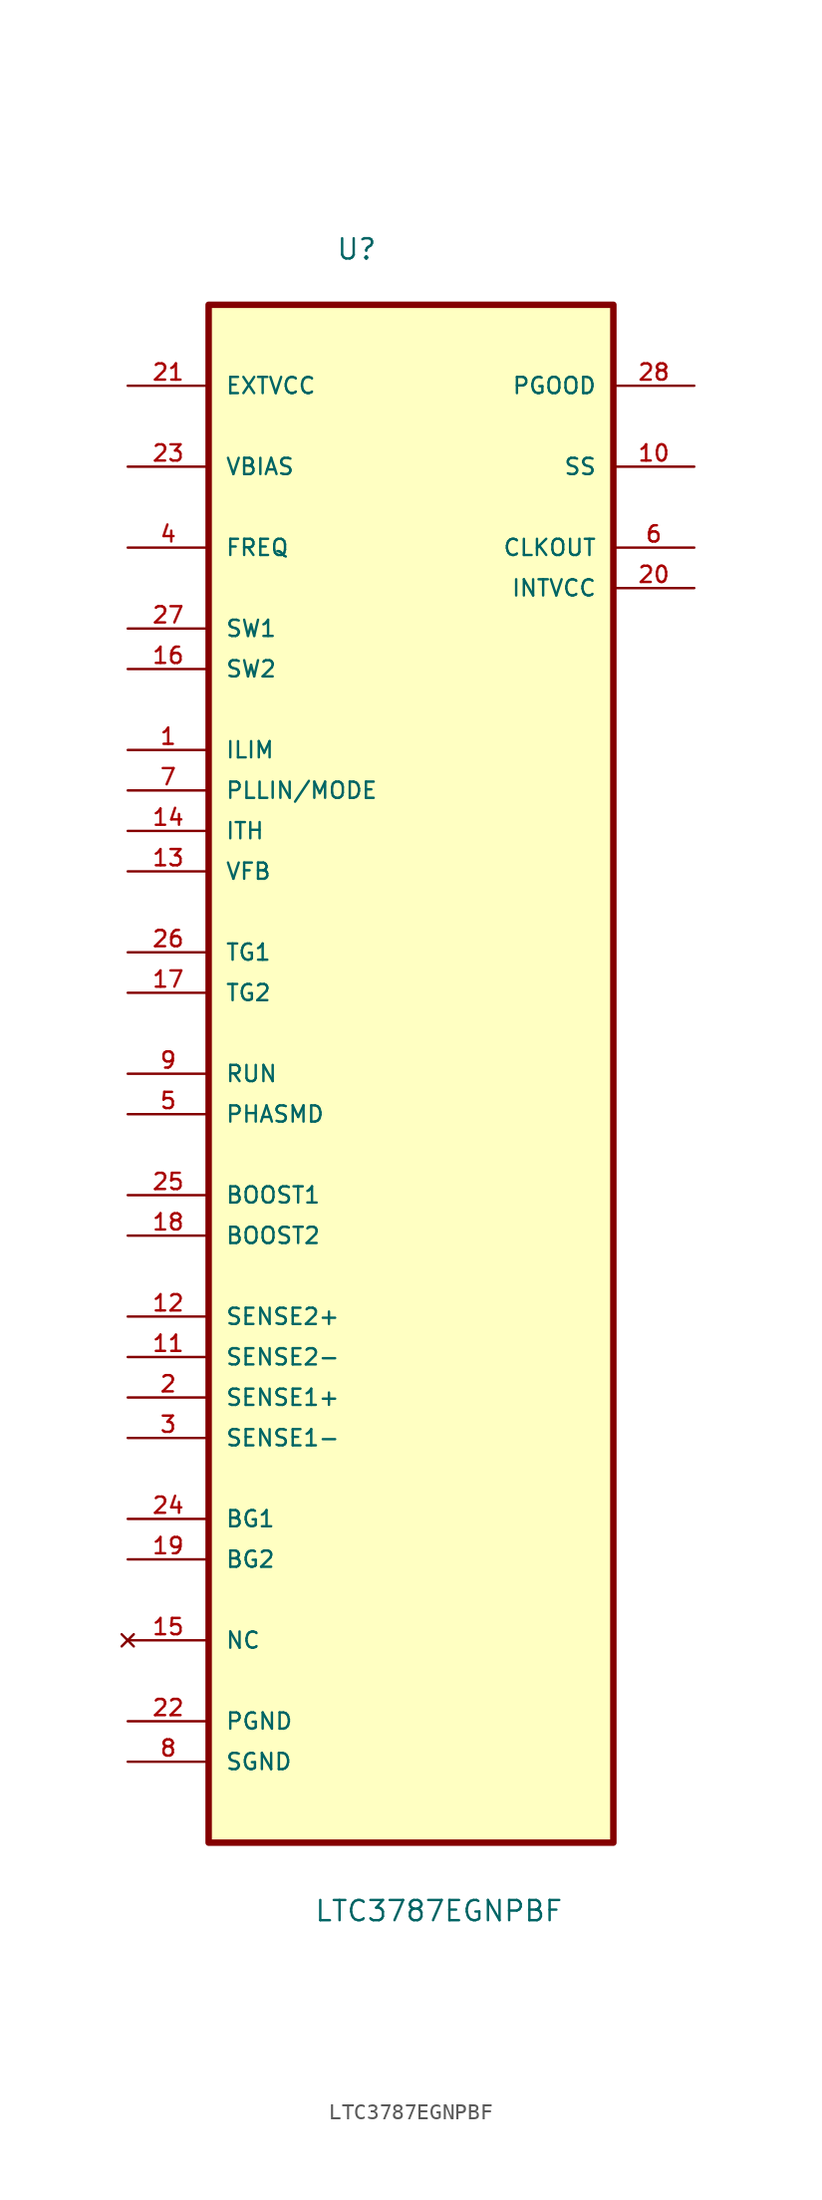
<source format=kicad_sym>
(kicad_symbol_lib
  (version 20201005)
  (generator kicad_symbol_editor)
  (symbol "power_supply:LTC3787EGNPBF"
    (pin_names
      (offset 1.016))
    (property "Reference" "U"
      (at -4.724 48.463 0)
      (effects (font (size 1.27 1.27)) (justify left bottom)))
    (property "Value" "LTC3787EGNPBF"
      (at -6.096 -55.829 0)
      (effects (font (size 1.27 1.27)) (justify left bottom)))
    (property "ki_locked" ""
      (at 0 0 0)
      (effects (font (size 1.27 1.27))))
    (symbol "LTC3787EGNPBF_0_0"
      (rectangle (start -12.7 -50.8) (end 12.7 45.72) (stroke (width 0.406)) (fill (type background)))
      (pin input line (at -17.78 17.78 0) (length 5.08) (name "ILIM" (effects (font (size 1.016 1.016)))) (number "1" (effects (font (size 1.016 1.016)))))
      (pin output line (at 17.78 35.56 180) (length 5.08) (name "SS" (effects (font (size 1.016 1.016)))) (number "10" (effects (font (size 1.016 1.016)))))
      (pin input line (at -17.78 -20.32 0) (length 5.08) (name "SENSE2-" (effects (font (size 1.016 1.016)))) (number "11" (effects (font (size 1.016 1.016)))))
      (pin input line (at -17.78 -17.78 0) (length 5.08) (name "SENSE2+" (effects (font (size 1.016 1.016)))) (number "12" (effects (font (size 1.016 1.016)))))
      (pin input line (at -17.78 10.16 0) (length 5.08) (name "VFB" (effects (font (size 1.016 1.016)))) (number "13" (effects (font (size 1.016 1.016)))))
      (pin input line (at -17.78 12.7 0) (length 5.08) (name "ITH" (effects (font (size 1.016 1.016)))) (number "14" (effects (font (size 1.016 1.016)))))
      (pin no_connect line (at -17.78 -38.1 0) (length 5.08) (name "NC" (effects (font (size 1.016 1.016)))) (number "15" (effects (font (size 1.016 1.016)))))
      (pin input line (at -17.78 22.86 0) (length 5.08) (name "SW2" (effects (font (size 1.016 1.016)))) (number "16" (effects (font (size 1.016 1.016)))))
      (pin input line (at -17.78 2.54 0) (length 5.08) (name "TG2" (effects (font (size 1.016 1.016)))) (number "17" (effects (font (size 1.016 1.016)))))
      (pin input line (at -17.78 -12.7 0) (length 5.08) (name "BOOST2" (effects (font (size 1.016 1.016)))) (number "18" (effects (font (size 1.016 1.016)))))
      (pin input line (at -17.78 -33.02 0) (length 5.08) (name "BG2" (effects (font (size 1.016 1.016)))) (number "19" (effects (font (size 1.016 1.016)))))
      (pin input line (at -17.78 -22.86 0) (length 5.08) (name "SENSE1+" (effects (font (size 1.016 1.016)))) (number "2" (effects (font (size 1.016 1.016)))))
      (pin output line (at 17.78 27.94 180) (length 5.08) (name "INTVCC" (effects (font (size 1.016 1.016)))) (number "20" (effects (font (size 1.016 1.016)))))
      (pin power_in line (at -17.78 40.64 0) (length 5.08) (name "EXTVCC" (effects (font (size 1.016 1.016)))) (number "21" (effects (font (size 1.016 1.016)))))
      (pin passive line (at -17.78 -43.18 0) (length 5.08) (name "PGND" (effects (font (size 1.016 1.016)))) (number "22" (effects (font (size 1.016 1.016)))))
      (pin power_in line (at -17.78 35.56 0) (length 5.08) (name "VBIAS" (effects (font (size 1.016 1.016)))) (number "23" (effects (font (size 1.016 1.016)))))
      (pin input line (at -17.78 -30.48 0) (length 5.08) (name "BG1" (effects (font (size 1.016 1.016)))) (number "24" (effects (font (size 1.016 1.016)))))
      (pin input line (at -17.78 -10.16 0) (length 5.08) (name "BOOST1" (effects (font (size 1.016 1.016)))) (number "25" (effects (font (size 1.016 1.016)))))
      (pin input line (at -17.78 5.08 0) (length 5.08) (name "TG1" (effects (font (size 1.016 1.016)))) (number "26" (effects (font (size 1.016 1.016)))))
      (pin input line (at -17.78 25.4 0) (length 5.08) (name "SW1" (effects (font (size 1.016 1.016)))) (number "27" (effects (font (size 1.016 1.016)))))
      (pin output line (at 17.78 40.64 180) (length 5.08) (name "PGOOD" (effects (font (size 1.016 1.016)))) (number "28" (effects (font (size 1.016 1.016)))))
      (pin input line (at -17.78 -25.4 0) (length 5.08) (name "SENSE1-" (effects (font (size 1.016 1.016)))) (number "3" (effects (font (size 1.016 1.016)))))
      (pin input line (at -17.78 30.48 0) (length 5.08) (name "FREQ" (effects (font (size 1.016 1.016)))) (number "4" (effects (font (size 1.016 1.016)))))
      (pin input line (at -17.78 -5.08 0) (length 5.08) (name "PHASMD" (effects (font (size 1.016 1.016)))) (number "5" (effects (font (size 1.016 1.016)))))
      (pin output line (at 17.78 30.48 180) (length 5.08) (name "CLKOUT" (effects (font (size 1.016 1.016)))) (number "6" (effects (font (size 1.016 1.016)))))
      (pin input line (at -17.78 15.24 0) (length 5.08) (name "PLLIN/MODE" (effects (font (size 1.016 1.016)))) (number "7" (effects (font (size 1.016 1.016)))))
      (pin passive line (at -17.78 -45.72 0) (length 5.08) (name "SGND" (effects (font (size 1.016 1.016)))) (number "8" (effects (font (size 1.016 1.016)))))
      (pin input line (at -17.78 -2.54 0) (length 5.08) (name "RUN" (effects (font (size 1.016 1.016)))) (number "9" (effects (font (size 1.016 1.016))))))))
</source>
